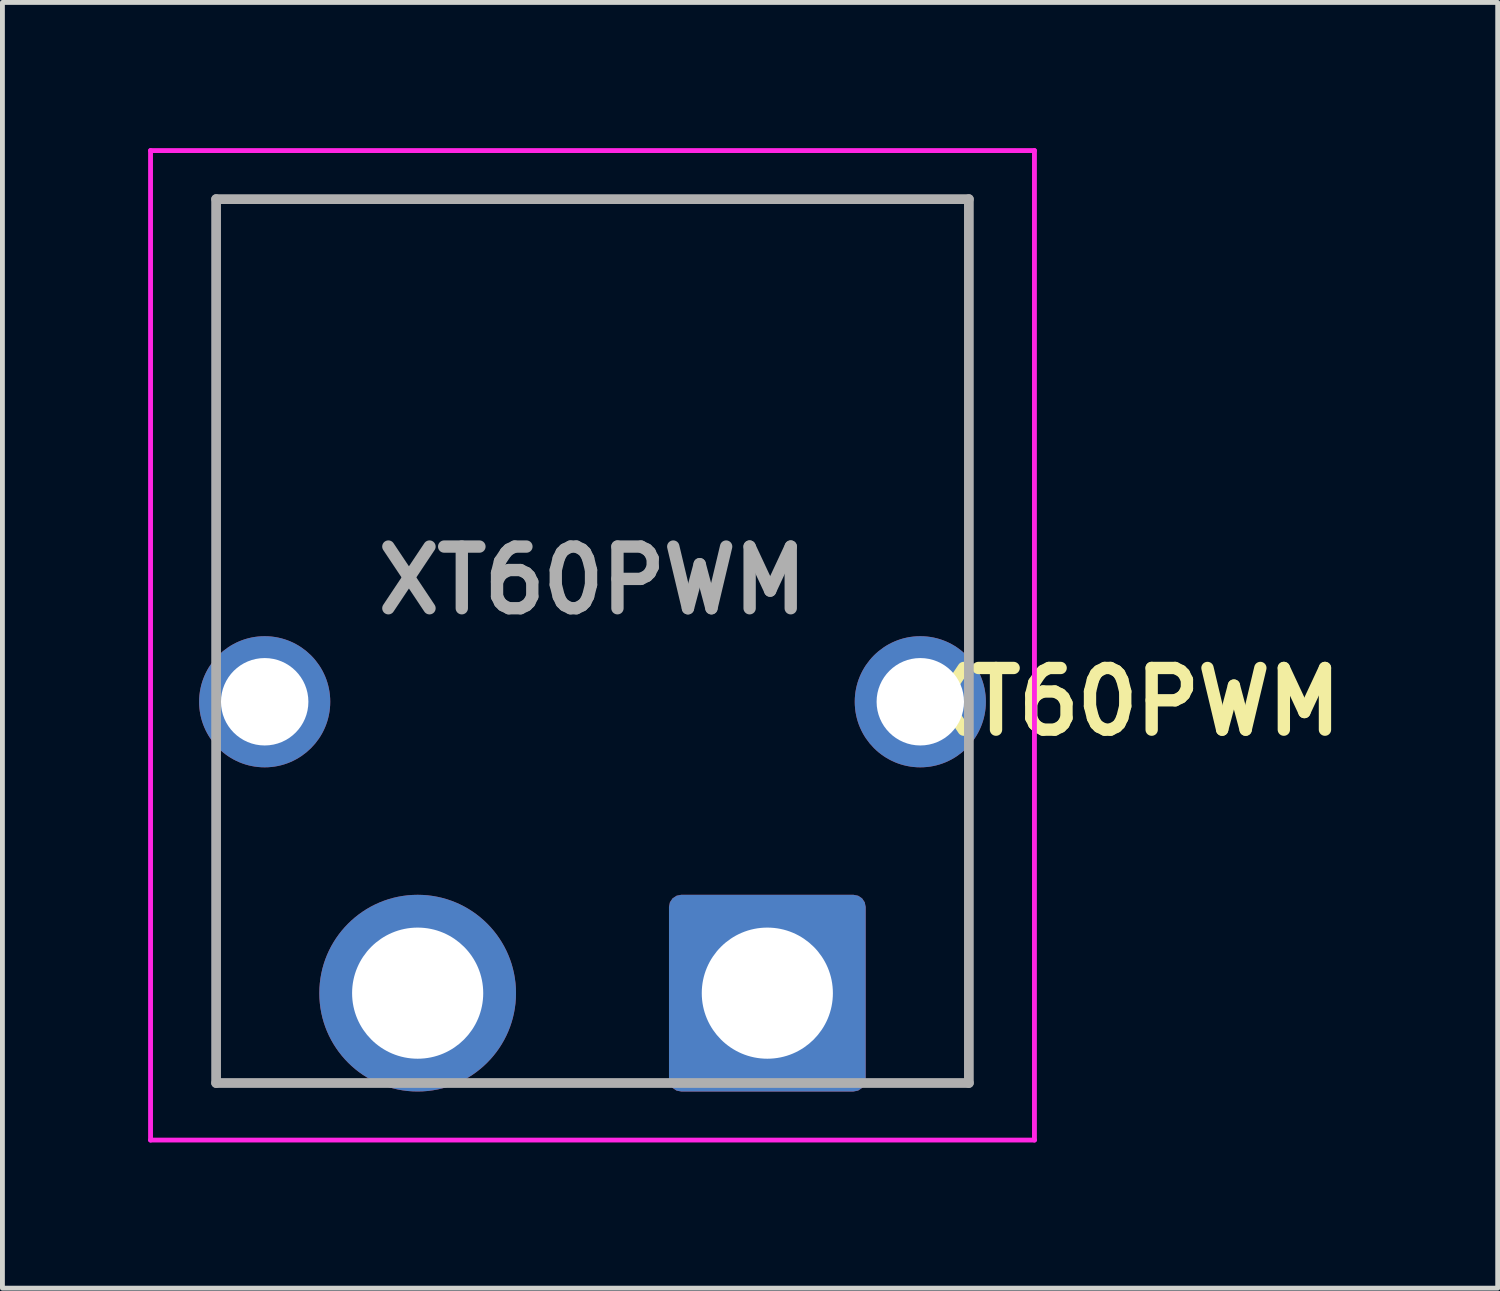
<source format=kicad_pcb>
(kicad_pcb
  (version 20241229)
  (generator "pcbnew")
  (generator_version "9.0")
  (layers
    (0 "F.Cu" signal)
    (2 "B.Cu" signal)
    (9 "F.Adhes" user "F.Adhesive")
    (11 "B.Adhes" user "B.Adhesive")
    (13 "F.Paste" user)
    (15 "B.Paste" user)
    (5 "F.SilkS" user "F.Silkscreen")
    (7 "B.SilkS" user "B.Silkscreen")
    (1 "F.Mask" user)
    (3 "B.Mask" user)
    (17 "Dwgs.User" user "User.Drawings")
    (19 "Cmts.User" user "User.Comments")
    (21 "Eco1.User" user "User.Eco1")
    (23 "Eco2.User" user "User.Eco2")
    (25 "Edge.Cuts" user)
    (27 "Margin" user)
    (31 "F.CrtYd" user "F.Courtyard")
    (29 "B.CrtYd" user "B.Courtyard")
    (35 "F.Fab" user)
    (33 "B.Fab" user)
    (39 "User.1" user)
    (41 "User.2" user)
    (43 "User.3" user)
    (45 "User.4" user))
  (footprint "XT60PWM"
    (layer "F.Cu")
    (at 9.15 17.4)
    (property "Reference" "XT60PWM" (at 11 -6 0) (layer "F.SilkS") (effects (font (size 1.27 1.27) (thickness 0.254))))
    (attr through_hole)
    (fp_line (start -7.75 -16.35) (end 7.75 -16.35) (stroke (width 0.1) (type solid)) (layer "F.SilkS"))
    (fp_line (start -7.75 -7) (end -7.75 -16.35) (stroke (width 0.1) (type solid)) (layer "F.SilkS"))
    (fp_line (start -7.75 -3) (end -7.75 1.85) (stroke (width 0.1) (type solid)) (layer "F.SilkS"))
    (fp_line (start -7.75 1.85) (end -5.6 1.85) (stroke (width 0.1) (type solid)) (layer "F.SilkS"))
    (fp_line (start 5.4 1.85) (end 7.75 1.85) (stroke (width 0.1) (type solid)) (layer "F.SilkS"))
    (fp_line (start 7.75 -16.35) (end 7.75 -7) (stroke (width 0.1) (type solid)) (layer "F.SilkS"))
    (fp_line (start 7.75 1.85) (end 7.75 -3) (stroke (width 0.1) (type solid)) (layer "F.SilkS"))
    (fp_line (start -9.1 -17.35) (end 9.1 -17.35) (stroke (width 0.1) (type solid)) (layer "F.CrtYd"))
    (fp_line (start -9.1 3.025) (end -9.1 -17.35) (stroke (width 0.1) (type solid)) (layer "F.CrtYd"))
    (fp_line (start 9.1 -17.35) (end 9.1 3.025) (stroke (width 0.1) (type solid)) (layer "F.CrtYd"))
    (fp_line (start 9.1 3.025) (end -9.1 3.025) (stroke (width 0.1) (type solid)) (layer "F.CrtYd"))
    (fp_line (start -7.75 -16.35) (end 7.75 -16.35) (stroke (width 0.2) (type solid)) (layer "F.Fab"))
    (fp_line (start -7.75 1.85) (end -7.75 -16.35) (stroke (width 0.2) (type solid)) (layer "F.Fab"))
    (fp_line (start 7.75 -16.35) (end 7.75 1.85) (stroke (width 0.2) (type solid)) (layer "F.Fab"))
    (fp_line (start 7.75 1.85) (end -7.75 1.85) (stroke (width 0.2) (type solid)) (layer "F.Fab"))
    (fp_text user "${REFERENCE}" (at 0 -8.5 0) (layer "F.Fab") (effects (font (size 1.27 1.27) (thickness 0.254))))
    (pad "0" thru_hole circle (at -6.75 -6) (size 2.7 2.7) (drill 1.8) (layers "*.Cu" "*.Mask"))
    (pad "0" thru_hole circle (at 6.75 -6) (size 2.7 2.7) (drill 1.8) (layers "*.Cu" "*.Mask"))
    (pad "1" thru_hole roundrect (at 3.6 0) (size 4.05 4.05) (drill 2.7) (layers "*.Cu" "*.Mask") (roundrect_rratio 0.062))
    (pad "2" thru_hole circle (at -3.6 0) (size 4.05 4.05) (drill 2.7) (layers "*.Cu" "*.Mask")))
  (gr_rect
    (start -3 -3)
    (end 27.789 23.475)
    (stroke (width 0.1) (type default))
    (fill no)
    (layer "Edge.Cuts")))
</source>
